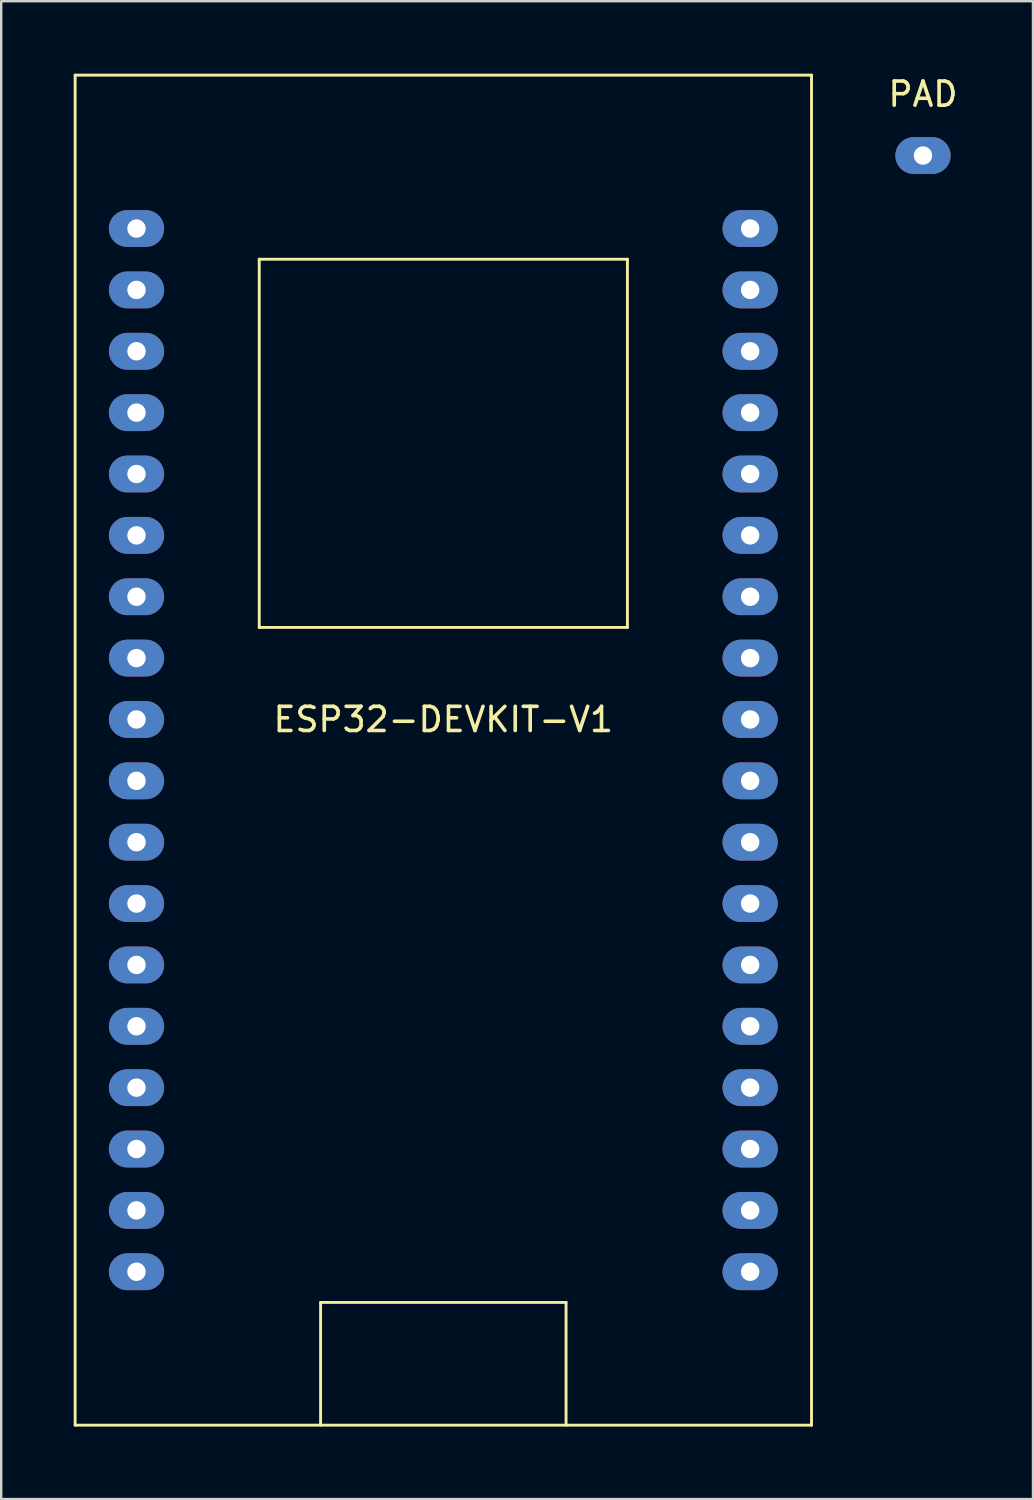
<source format=kicad_pcb>
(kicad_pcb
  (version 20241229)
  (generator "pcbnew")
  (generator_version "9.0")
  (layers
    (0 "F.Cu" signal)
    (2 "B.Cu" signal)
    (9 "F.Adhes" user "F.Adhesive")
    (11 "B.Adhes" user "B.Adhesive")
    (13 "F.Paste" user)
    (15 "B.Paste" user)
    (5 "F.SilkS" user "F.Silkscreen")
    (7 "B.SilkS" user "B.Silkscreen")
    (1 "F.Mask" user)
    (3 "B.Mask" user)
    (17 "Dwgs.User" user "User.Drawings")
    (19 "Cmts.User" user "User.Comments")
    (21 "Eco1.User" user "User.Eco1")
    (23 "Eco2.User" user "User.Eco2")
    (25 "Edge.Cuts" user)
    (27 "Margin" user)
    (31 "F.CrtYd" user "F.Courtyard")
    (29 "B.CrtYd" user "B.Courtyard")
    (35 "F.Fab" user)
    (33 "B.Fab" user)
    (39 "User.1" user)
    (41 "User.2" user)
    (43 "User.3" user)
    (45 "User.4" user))
  (footprint "PAD"
    (layer "F.Cu")
    (at 35.154 3.388)
    (property "Reference" "PAD" (at 0 -2.54 0) (layer "F.SilkS") (effects (font (size 1 1) (thickness 0.15))))
    (attr through_hole)
    (pad "1" thru_hole oval (at 0 0) (size 2.286 1.524) (drill 0.762) (layers "*.Cu" "*.Mask")))
  (footprint "ESP32-DEVKIT-V1"
    (layer "F.Cu")
    (at 15.3 26.73)
    (property "Reference" "ESP32-DEVKIT-V1" (at 0 0 0) (layer "F.SilkS") (effects (font (size 1 1) (thickness 0.15))))
    (attr through_hole)
    (fp_line (start -15.24 -26.67) (end 15.24 -26.67) (stroke (width 0.12) (type solid)) (layer "F.SilkS"))
    (fp_line (start -15.24 29.21) (end -15.24 -26.67) (stroke (width 0.12) (type solid)) (layer "F.SilkS"))
    (fp_line (start -7.62 -19.05) (end -7.62 -3.81) (stroke (width 0.12) (type solid)) (layer "F.SilkS"))
    (fp_line (start -7.62 -3.81) (end 7.62 -3.81) (stroke (width 0.12) (type solid)) (layer "F.SilkS"))
    (fp_line (start -5.08 24.13) (end 5.08 24.13) (stroke (width 0.12) (type solid)) (layer "F.SilkS"))
    (fp_line (start -5.08 29.21) (end -5.08 24.13) (stroke (width 0.12) (type solid)) (layer "F.SilkS"))
    (fp_line (start 5.08 24.13) (end 5.08 29.21) (stroke (width 0.12) (type solid)) (layer "F.SilkS"))
    (fp_line (start 7.62 -19.05) (end -7.62 -19.05) (stroke (width 0.12) (type solid)) (layer "F.SilkS"))
    (fp_line (start 7.62 -3.81) (end 7.62 -19.05) (stroke (width 0.12) (type solid)) (layer "F.SilkS"))
    (fp_line (start 15.24 -26.67) (end 15.24 29.21) (stroke (width 0.12) (type solid)) (layer "F.SilkS"))
    (fp_line (start 15.24 29.21) (end -15.24 29.21) (stroke (width 0.12) (type solid)) (layer "F.SilkS"))
    (pad "1" thru_hole oval (at -12.7 -20.32) (size 2.286 1.524) (drill 0.762) (layers "*.Cu" "*.Mask"))
    (pad "2" thru_hole oval (at -12.7 -17.78) (size 2.286 1.524) (drill 0.762) (layers "*.Cu" "*.Mask"))
    (pad "3" thru_hole oval (at -12.7 -15.24) (size 2.286 1.524) (drill 0.762) (layers "*.Cu" "*.Mask"))
    (pad "4" thru_hole oval (at -12.7 -12.7) (size 2.286 1.524) (drill 0.762) (layers "*.Cu" "*.Mask"))
    (pad "5" thru_hole oval (at -12.7 -10.16) (size 2.286 1.524) (drill 0.762) (layers "*.Cu" "*.Mask"))
    (pad "6" thru_hole oval (at -12.7 -7.62) (size 2.286 1.524) (drill 0.762) (layers "*.Cu" "*.Mask"))
    (pad "7" thru_hole oval (at -12.7 -5.08) (size 2.286 1.524) (drill 0.762) (layers "*.Cu" "*.Mask"))
    (pad "8" thru_hole oval (at -12.7 -2.54) (size 2.286 1.524) (drill 0.762) (layers "*.Cu" "*.Mask"))
    (pad "9" thru_hole oval (at -12.7 0) (size 2.286 1.524) (drill 0.762) (layers "*.Cu" "*.Mask"))
    (pad "10" thru_hole oval (at -12.7 2.54) (size 2.286 1.524) (drill 0.762) (layers "*.Cu" "*.Mask"))
    (pad "11" thru_hole oval (at -12.7 5.08) (size 2.286 1.524) (drill 0.762) (layers "*.Cu" "*.Mask"))
    (pad "12" thru_hole oval (at -12.7 7.62) (size 2.286 1.524) (drill 0.762) (layers "*.Cu" "*.Mask"))
    (pad "13" thru_hole oval (at -12.7 10.16) (size 2.286 1.524) (drill 0.762) (layers "*.Cu" "*.Mask"))
    (pad "14" thru_hole oval (at -12.7 12.7) (size 2.286 1.524) (drill 0.762) (layers "*.Cu" "*.Mask"))
    (pad "15" thru_hole oval (at -12.7 15.24) (size 2.286 1.524) (drill 0.762) (layers "*.Cu" "*.Mask"))
    (pad "16" thru_hole oval (at -12.7 17.78) (size 2.286 1.524) (drill 0.762) (layers "*.Cu" "*.Mask"))
    (pad "17" thru_hole oval (at -12.7 20.32) (size 2.286 1.524) (drill 0.762) (layers "*.Cu" "*.Mask"))
    (pad "18" thru_hole oval (at -12.7 22.86) (size 2.286 1.524) (drill 0.762) (layers "*.Cu" "*.Mask"))
    (pad "19" thru_hole oval (at 12.7 22.86) (size 2.286 1.524) (drill 0.762) (layers "*.Cu" "*.Mask"))
    (pad "20" thru_hole oval (at 12.7 20.32) (size 2.286 1.524) (drill 0.762) (layers "*.Cu" "*.Mask"))
    (pad "21" thru_hole oval (at 12.7 17.78) (size 2.286 1.524) (drill 0.762) (layers "*.Cu" "*.Mask"))
    (pad "22" thru_hole oval (at 12.7 15.24) (size 2.286 1.524) (drill 0.762) (layers "*.Cu" "*.Mask"))
    (pad "23" thru_hole oval (at 12.7 12.7) (size 2.286 1.524) (drill 0.762) (layers "*.Cu" "*.Mask"))
    (pad "24" thru_hole oval (at 12.7 10.16) (size 2.286 1.524) (drill 0.762) (layers "*.Cu" "*.Mask"))
    (pad "25" thru_hole oval (at 12.7 7.62) (size 2.286 1.524) (drill 0.762) (layers "*.Cu" "*.Mask"))
    (pad "26" thru_hole oval (at 12.7 5.08) (size 2.286 1.524) (drill 0.762) (layers "*.Cu" "*.Mask"))
    (pad "27" thru_hole oval (at 12.7 2.54) (size 2.286 1.524) (drill 0.762) (layers "*.Cu" "*.Mask"))
    (pad "28" thru_hole oval (at 12.7 0) (size 2.286 1.524) (drill 0.762) (layers "*.Cu" "*.Mask"))
    (pad "29" thru_hole oval (at 12.7 -2.54) (size 2.286 1.524) (drill 0.762) (layers "*.Cu" "*.Mask"))
    (pad "30" thru_hole oval (at 12.7 -5.08) (size 2.286 1.524) (drill 0.762) (layers "*.Cu" "*.Mask"))
    (pad "31" thru_hole oval (at 12.7 -7.62) (size 2.286 1.524) (drill 0.762) (layers "*.Cu" "*.Mask"))
    (pad "32" thru_hole oval (at 12.7 -10.16) (size 2.286 1.524) (drill 0.762) (layers "*.Cu" "*.Mask"))
    (pad "33" thru_hole oval (at 12.7 -12.7) (size 2.286 1.524) (drill 0.762) (layers "*.Cu" "*.Mask"))
    (pad "34" thru_hole oval (at 12.7 -15.24) (size 2.286 1.524) (drill 0.762) (layers "*.Cu" "*.Mask"))
    (pad "35" thru_hole oval (at 12.7 -17.78) (size 2.286 1.524) (drill 0.762) (layers "*.Cu" "*.Mask"))
    (pad "36" thru_hole oval (at 12.7 -20.32) (size 2.286 1.524) (drill 0.762) (layers "*.Cu" "*.Mask")))
  (gr_rect
    (start -3 -3)
    (end 39.707 59)
    (stroke (width 0.1) (type default))
    (fill no)
    (layer "Edge.Cuts")))
</source>
